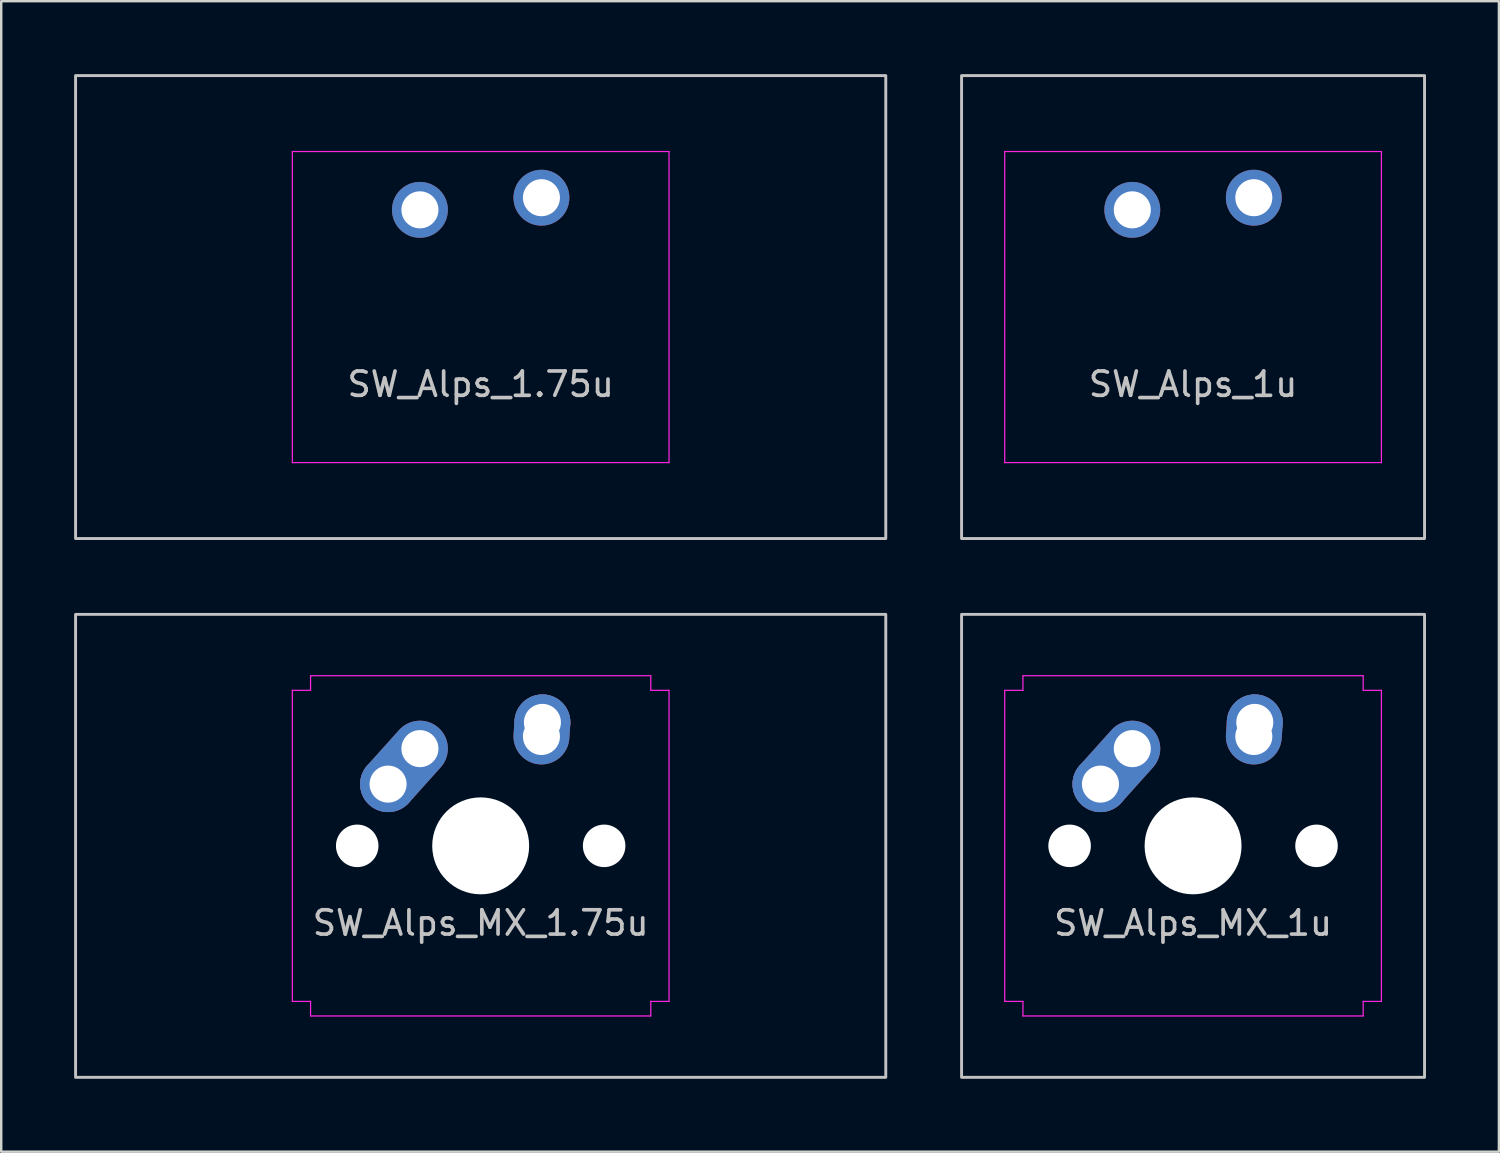
<source format=kicad_pcb>
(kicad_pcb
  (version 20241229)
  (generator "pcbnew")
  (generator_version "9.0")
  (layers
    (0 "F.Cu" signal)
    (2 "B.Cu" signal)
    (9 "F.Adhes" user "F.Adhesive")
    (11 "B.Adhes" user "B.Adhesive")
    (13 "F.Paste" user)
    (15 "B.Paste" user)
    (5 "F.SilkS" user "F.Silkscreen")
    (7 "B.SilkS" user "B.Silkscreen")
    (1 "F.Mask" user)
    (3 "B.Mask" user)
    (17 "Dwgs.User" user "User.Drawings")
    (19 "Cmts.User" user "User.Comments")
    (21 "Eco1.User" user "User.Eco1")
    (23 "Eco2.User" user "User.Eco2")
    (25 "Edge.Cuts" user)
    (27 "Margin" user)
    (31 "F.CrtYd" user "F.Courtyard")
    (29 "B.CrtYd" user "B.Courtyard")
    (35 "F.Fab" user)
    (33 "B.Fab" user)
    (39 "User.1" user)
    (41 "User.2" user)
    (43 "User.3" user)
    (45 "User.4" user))
  (footprint "SW_Alps_1.75u"
    (layer "F.Cu")
    (at 16.729 9.585)
    (property "Reference" "SW_Alps_1.75u" (at 0 3.175 0) (layer "Dwgs.User") (effects (font (size 1 1) (thickness 0.15))))
    (attr through_hole exclude_from_pos_files exclude_from_bom)
    (fp_rect (start -16.669 -9.525) (end 16.669 9.525) (stroke (width 0.12) (type solid)) (fill no) (layer "Dwgs.User"))
    (fp_line (start -7.75 -5.9) (end -7.75 5.9) (stroke (width 0.05) (type solid)) (layer "Eco2.User"))
    (fp_line (start -7.25 -6.4) (end 7.25 -6.4) (stroke (width 0.05) (type solid)) (layer "Eco2.User"))
    (fp_line (start -7.25 6.4) (end 7.25 6.4) (stroke (width 0.05) (type solid)) (layer "Eco2.User"))
    (fp_line (start 7.75 -5.9) (end 7.75 5.9) (stroke (width 0.05) (type solid)) (layer "Eco2.User"))
    (fp_arc (start -7.75 -5.9) (mid -7.603553 -6.253553) (end -7.25 -6.4) (stroke (width 0.05) (type solid)) (layer "Eco2.User"))
    (fp_arc (start -7.25 6.4) (mid -7.603553 6.253553) (end -7.75 5.9) (stroke (width 0.05) (type solid)) (layer "Eco2.User"))
    (fp_arc (start 7.25 -6.4) (mid 7.603553 -6.253553) (end 7.75 -5.9) (stroke (width 0.05) (type solid)) (layer "Eco2.User"))
    (fp_arc (start 7.75 5.9) (mid 7.603553 6.253553) (end 7.25 6.4) (stroke (width 0.05) (type solid)) (layer "Eco2.User"))
    (fp_line (start -7.75 -6.4) (end -7.75 6.4) (stroke (width 0.05) (type solid)) (layer "F.CrtYd"))
    (fp_line (start -7.75 6.4) (end 7.75 6.4) (stroke (width 0.05) (type solid)) (layer "F.CrtYd"))
    (fp_line (start 7.75 -6.4) (end -7.75 -6.4) (stroke (width 0.05) (type solid)) (layer "F.CrtYd"))
    (fp_line (start 7.75 6.4) (end 7.75 -6.4) (stroke (width 0.05) (type solid)) (layer "F.CrtYd"))
    (pad "1" thru_hole circle (at -2.5 -4 318.1) (size 2.3 2.3) (drill 1.524) (layers "*.Cu" "B.Mask"))
    (pad "2" thru_hole circle (at 2.5 -4.5 176.1) (size 2.3 2.3) (drill 1.524) (layers "*.Cu" "B.Mask")))
  (footprint "SW_Alps_MX_1.75u"
    (layer "F.Cu")
    (at 16.729 31.755)
    (property "Reference" "SW_Alps_MX_1.75u" (at 0 3.175 0) (layer "Dwgs.User") (effects (font (size 1 1) (thickness 0.15))))
    (attr through_hole exclude_from_pos_files exclude_from_bom)
    (fp_rect (start -16.669 -9.525) (end 16.669 9.525) (stroke (width 0.12) (type solid)) (fill no) (layer "Dwgs.User"))
    (fp_line (start -7.75 -5.9) (end -7.75 5.9) (stroke (width 0.05) (type solid)) (layer "Eco2.User"))
    (fp_line (start -7.25 -6.4) (end -7 -6.4) (stroke (width 0.05) (type solid)) (layer "Eco2.User"))
    (fp_line (start -7.25 6.4) (end -7 6.4) (stroke (width 0.05) (type solid)) (layer "Eco2.User"))
    (fp_line (start -7 -6.4) (end -7 -6.5) (stroke (width 0.05) (type solid)) (layer "Eco2.User"))
    (fp_line (start -7 6.4) (end -7 6.5) (stroke (width 0.05) (type solid)) (layer "Eco2.User"))
    (fp_line (start -6.5 -7) (end 6.5 -7) (stroke (width 0.05) (type solid)) (layer "Eco2.User"))
    (fp_line (start -6.5 7) (end 6.5 7) (stroke (width 0.05) (type solid)) (layer "Eco2.User"))
    (fp_line (start 7 -6.4) (end 7 -6.5) (stroke (width 0.05) (type solid)) (layer "Eco2.User"))
    (fp_line (start 7 6.4) (end 7 6.5) (stroke (width 0.05) (type solid)) (layer "Eco2.User"))
    (fp_line (start 7.25 -6.4) (end 7 -6.4) (stroke (width 0.05) (type solid)) (layer "Eco2.User"))
    (fp_line (start 7.25 6.4) (end 7 6.4) (stroke (width 0.05) (type solid)) (layer "Eco2.User"))
    (fp_line (start 7.75 -5.9) (end 7.75 5.9) (stroke (width 0.05) (type solid)) (layer "Eco2.User"))
    (fp_arc (start -7.75 -5.9) (mid -7.603553 -6.253553) (end -7.25 -6.4) (stroke (width 0.05) (type solid)) (layer "Eco2.User"))
    (fp_arc (start -7.25 6.4) (mid -7.603553 6.253553) (end -7.75 5.9) (stroke (width 0.05) (type solid)) (layer "Eco2.User"))
    (fp_arc (start -7 -6.5) (mid -6.853553 -6.853553) (end -6.5 -7) (stroke (width 0.05) (type solid)) (layer "Eco2.User"))
    (fp_arc (start -6.5 7) (mid -6.853553 6.853553) (end -7 6.5) (stroke (width 0.05) (type solid)) (layer "Eco2.User"))
    (fp_arc (start 6.5 -7) (mid 6.853553 -6.853553) (end 7 -6.5) (stroke (width 0.05) (type solid)) (layer "Eco2.User"))
    (fp_arc (start 7 6.5) (mid 6.853553 6.853553) (end 6.5 7) (stroke (width 0.05) (type solid)) (layer "Eco2.User"))
    (fp_arc (start 7.25 -6.4) (mid 7.603553 -6.253553) (end 7.75 -5.9) (stroke (width 0.05) (type solid)) (layer "Eco2.User"))
    (fp_arc (start 7.75 5.9) (mid 7.603553 6.253553) (end 7.25 6.4) (stroke (width 0.05) (type solid)) (layer "Eco2.User"))
    (fp_line (start -7.75 -6.4) (end -7.75 6.4) (stroke (width 0.05) (type solid)) (layer "F.CrtYd"))
    (fp_line (start -7.75 -6.4) (end -7 -6.4) (stroke (width 0.05) (type solid)) (layer "F.CrtYd"))
    (fp_line (start -7.75 6.4) (end -7 6.4) (stroke (width 0.05) (type solid)) (layer "F.CrtYd"))
    (fp_line (start -7 -7) (end -7 -6.4) (stroke (width 0.05) (type solid)) (layer "F.CrtYd"))
    (fp_line (start -7 7) (end -7 6.4) (stroke (width 0.05) (type solid)) (layer "F.CrtYd"))
    (fp_line (start -7 7) (end 7 7) (stroke (width 0.05) (type solid)) (layer "F.CrtYd"))
    (fp_line (start 7 -7) (end -7 -7) (stroke (width 0.05) (type solid)) (layer "F.CrtYd"))
    (fp_line (start 7 -7) (end 7 -6.4) (stroke (width 0.05) (type solid)) (layer "F.CrtYd"))
    (fp_line (start 7 7) (end 7 6.4) (stroke (width 0.05) (type solid)) (layer "F.CrtYd"))
    (fp_line (start 7.75 -6.4) (end 7 -6.4) (stroke (width 0.05) (type solid)) (layer "F.CrtYd"))
    (fp_line (start 7.75 6.4) (end 7 6.4) (stroke (width 0.05) (type solid)) (layer "F.CrtYd"))
    (fp_line (start 7.75 6.4) (end 7.75 -6.4) (stroke (width 0.05) (type solid)) (layer "F.CrtYd"))
    (pad "" np_thru_hole circle (at -5.08 0) (size 1.75 1.75) (drill 1.75) (layers "*.Cu" "*.Mask"))
    (pad "" np_thru_hole circle (at 0 0) (size 3.988 3.988) (drill 3.988) (layers "*.Cu" "*.Mask"))
    (pad "" np_thru_hole circle (at 5.08 0) (size 1.75 1.75) (drill 1.75) (layers "*.Cu" "*.Mask"))
    (pad "1" thru_hole circle (at -3.81 -2.54) (size 2.3 2.3) (drill 1.524) (layers "*.Cu" "B.Mask"))
    (pad "1" thru_hole oval (at -2.5 -4 318.1) (size 2.3 4.262) (drill 1.524 (offset 0 0.981)) (layers "*.Cu" "B.Mask"))
    (pad "2" thru_hole oval (at 2.5 -4.5 176.1) (size 2.3 2.881) (drill 1.524 (offset 0 0.29)) (layers "*.Cu" "B.Mask"))
    (pad "2" thru_hole circle (at 2.54 -5.08) (size 2.3 2.3) (drill 1.524) (layers "*.Cu" "B.Mask")))
  (footprint "SW_Alps_1u"
    (layer "F.Cu")
    (at 46.042 9.585)
    (property "Reference" "SW_Alps_1u" (at 0 3.175 0) (layer "Dwgs.User") (effects (font (size 1 1) (thickness 0.15))))
    (attr through_hole exclude_from_pos_files exclude_from_bom)
    (fp_rect (start -9.525 -9.525) (end 9.525 9.525) (stroke (width 0.12) (type solid)) (fill no) (layer "Dwgs.User"))
    (fp_line (start -7.75 -5.9) (end -7.75 5.9) (stroke (width 0.05) (type solid)) (layer "Eco2.User"))
    (fp_line (start -7.25 -6.4) (end 7.25 -6.4) (stroke (width 0.05) (type solid)) (layer "Eco2.User"))
    (fp_line (start -7.25 6.4) (end 7.25 6.4) (stroke (width 0.05) (type solid)) (layer "Eco2.User"))
    (fp_line (start 7.75 -5.9) (end 7.75 5.9) (stroke (width 0.05) (type solid)) (layer "Eco2.User"))
    (fp_arc (start -7.75 -5.9) (mid -7.603553 -6.253553) (end -7.25 -6.4) (stroke (width 0.05) (type solid)) (layer "Eco2.User"))
    (fp_arc (start -7.25 6.4) (mid -7.603553 6.253553) (end -7.75 5.9) (stroke (width 0.05) (type solid)) (layer "Eco2.User"))
    (fp_arc (start 7.25 -6.4) (mid 7.603553 -6.253553) (end 7.75 -5.9) (stroke (width 0.05) (type solid)) (layer "Eco2.User"))
    (fp_arc (start 7.75 5.9) (mid 7.603553 6.253553) (end 7.25 6.4) (stroke (width 0.05) (type solid)) (layer "Eco2.User"))
    (fp_line (start -7.75 -6.4) (end -7.75 6.4) (stroke (width 0.05) (type solid)) (layer "F.CrtYd"))
    (fp_line (start -7.75 6.4) (end 7.75 6.4) (stroke (width 0.05) (type solid)) (layer "F.CrtYd"))
    (fp_line (start 7.75 -6.4) (end -7.75 -6.4) (stroke (width 0.05) (type solid)) (layer "F.CrtYd"))
    (fp_line (start 7.75 6.4) (end 7.75 -6.4) (stroke (width 0.05) (type solid)) (layer "F.CrtYd"))
    (pad "1" thru_hole circle (at -2.5 -4 318.1) (size 2.3 2.3) (drill 1.524) (layers "*.Cu" "B.Mask"))
    (pad "2" thru_hole circle (at 2.5 -4.5 176.1) (size 2.3 2.3) (drill 1.524) (layers "*.Cu" "B.Mask")))
  (footprint "SW_Alps_MX_1u"
    (layer "F.Cu")
    (at 46.042 31.755)
    (property "Reference" "SW_Alps_MX_1u" (at 0 3.175 0) (layer "Dwgs.User") (effects (font (size 1 1) (thickness 0.15))))
    (attr through_hole exclude_from_pos_files exclude_from_bom)
    (fp_rect (start -9.525 -9.525) (end 9.525 9.525) (stroke (width 0.12) (type solid)) (fill no) (layer "Dwgs.User"))
    (fp_line (start -7.75 -5.9) (end -7.75 5.9) (stroke (width 0.05) (type solid)) (layer "Eco2.User"))
    (fp_line (start -7.25 -6.4) (end -7 -6.4) (stroke (width 0.05) (type solid)) (layer "Eco2.User"))
    (fp_line (start -7.25 6.4) (end -7 6.4) (stroke (width 0.05) (type solid)) (layer "Eco2.User"))
    (fp_line (start -7 -6.4) (end -7 -6.5) (stroke (width 0.05) (type solid)) (layer "Eco2.User"))
    (fp_line (start -7 6.4) (end -7 6.5) (stroke (width 0.05) (type solid)) (layer "Eco2.User"))
    (fp_line (start -6.5 -7) (end 6.5 -7) (stroke (width 0.05) (type solid)) (layer "Eco2.User"))
    (fp_line (start -6.5 7) (end 6.5 7) (stroke (width 0.05) (type solid)) (layer "Eco2.User"))
    (fp_line (start 7 -6.4) (end 7 -6.5) (stroke (width 0.05) (type solid)) (layer "Eco2.User"))
    (fp_line (start 7 6.4) (end 7 6.5) (stroke (width 0.05) (type solid)) (layer "Eco2.User"))
    (fp_line (start 7.25 -6.4) (end 7 -6.4) (stroke (width 0.05) (type solid)) (layer "Eco2.User"))
    (fp_line (start 7.25 6.4) (end 7 6.4) (stroke (width 0.05) (type solid)) (layer "Eco2.User"))
    (fp_line (start 7.75 -5.9) (end 7.75 5.9) (stroke (width 0.05) (type solid)) (layer "Eco2.User"))
    (fp_arc (start -7.75 -5.9) (mid -7.603553 -6.253553) (end -7.25 -6.4) (stroke (width 0.05) (type solid)) (layer "Eco2.User"))
    (fp_arc (start -7.25 6.4) (mid -7.603553 6.253553) (end -7.75 5.9) (stroke (width 0.05) (type solid)) (layer "Eco2.User"))
    (fp_arc (start -7 -6.5) (mid -6.853553 -6.853553) (end -6.5 -7) (stroke (width 0.05) (type solid)) (layer "Eco2.User"))
    (fp_arc (start -6.5 7) (mid -6.853553 6.853553) (end -7 6.5) (stroke (width 0.05) (type solid)) (layer "Eco2.User"))
    (fp_arc (start 6.5 -7) (mid 6.853553 -6.853553) (end 7 -6.5) (stroke (width 0.05) (type solid)) (layer "Eco2.User"))
    (fp_arc (start 7 6.5) (mid 6.853553 6.853553) (end 6.5 7) (stroke (width 0.05) (type solid)) (layer "Eco2.User"))
    (fp_arc (start 7.25 -6.4) (mid 7.603553 -6.253553) (end 7.75 -5.9) (stroke (width 0.05) (type solid)) (layer "Eco2.User"))
    (fp_arc (start 7.75 5.9) (mid 7.603553 6.253553) (end 7.25 6.4) (stroke (width 0.05) (type solid)) (layer "Eco2.User"))
    (fp_line (start -7.75 -6.4) (end -7.75 6.4) (stroke (width 0.05) (type solid)) (layer "F.CrtYd"))
    (fp_line (start -7.75 -6.4) (end -7 -6.4) (stroke (width 0.05) (type solid)) (layer "F.CrtYd"))
    (fp_line (start -7.75 6.4) (end -7 6.4) (stroke (width 0.05) (type solid)) (layer "F.CrtYd"))
    (fp_line (start -7 -7) (end -7 -6.4) (stroke (width 0.05) (type solid)) (layer "F.CrtYd"))
    (fp_line (start -7 7) (end -7 6.4) (stroke (width 0.05) (type solid)) (layer "F.CrtYd"))
    (fp_line (start -7 7) (end 7 7) (stroke (width 0.05) (type solid)) (layer "F.CrtYd"))
    (fp_line (start 7 -7) (end -7 -7) (stroke (width 0.05) (type solid)) (layer "F.CrtYd"))
    (fp_line (start 7 -7) (end 7 -6.4) (stroke (width 0.05) (type solid)) (layer "F.CrtYd"))
    (fp_line (start 7 7) (end 7 6.4) (stroke (width 0.05) (type solid)) (layer "F.CrtYd"))
    (fp_line (start 7.75 -6.4) (end 7 -6.4) (stroke (width 0.05) (type solid)) (layer "F.CrtYd"))
    (fp_line (start 7.75 6.4) (end 7 6.4) (stroke (width 0.05) (type solid)) (layer "F.CrtYd"))
    (fp_line (start 7.75 6.4) (end 7.75 -6.4) (stroke (width 0.05) (type solid)) (layer "F.CrtYd"))
    (pad "" np_thru_hole circle (at -5.08 0) (size 1.75 1.75) (drill 1.75) (layers "*.Cu" "*.Mask"))
    (pad "" np_thru_hole circle (at 0 0) (size 3.988 3.988) (drill 3.988) (layers "*.Cu" "*.Mask"))
    (pad "" np_thru_hole circle (at 5.08 0) (size 1.75 1.75) (drill 1.75) (layers "*.Cu" "*.Mask"))
    (pad "1" thru_hole circle (at -3.81 -2.54) (size 2.3 2.3) (drill 1.524) (layers "*.Cu" "B.Mask"))
    (pad "1" thru_hole oval (at -2.5 -4 318.1) (size 2.3 4.262) (drill 1.524 (offset 0 0.981)) (layers "*.Cu" "B.Mask"))
    (pad "2" thru_hole oval (at 2.5 -4.5 176.1) (size 2.3 2.881) (drill 1.524 (offset 0 0.29)) (layers "*.Cu" "B.Mask"))
    (pad "2" thru_hole circle (at 2.54 -5.08) (size 2.3 2.3) (drill 1.524) (layers "*.Cu" "B.Mask")))
  (gr_rect
    (start -3 -3)
    (end 58.627 44.34)
    (stroke (width 0.1) (type default))
    (fill no)
    (layer "Edge.Cuts")))
</source>
